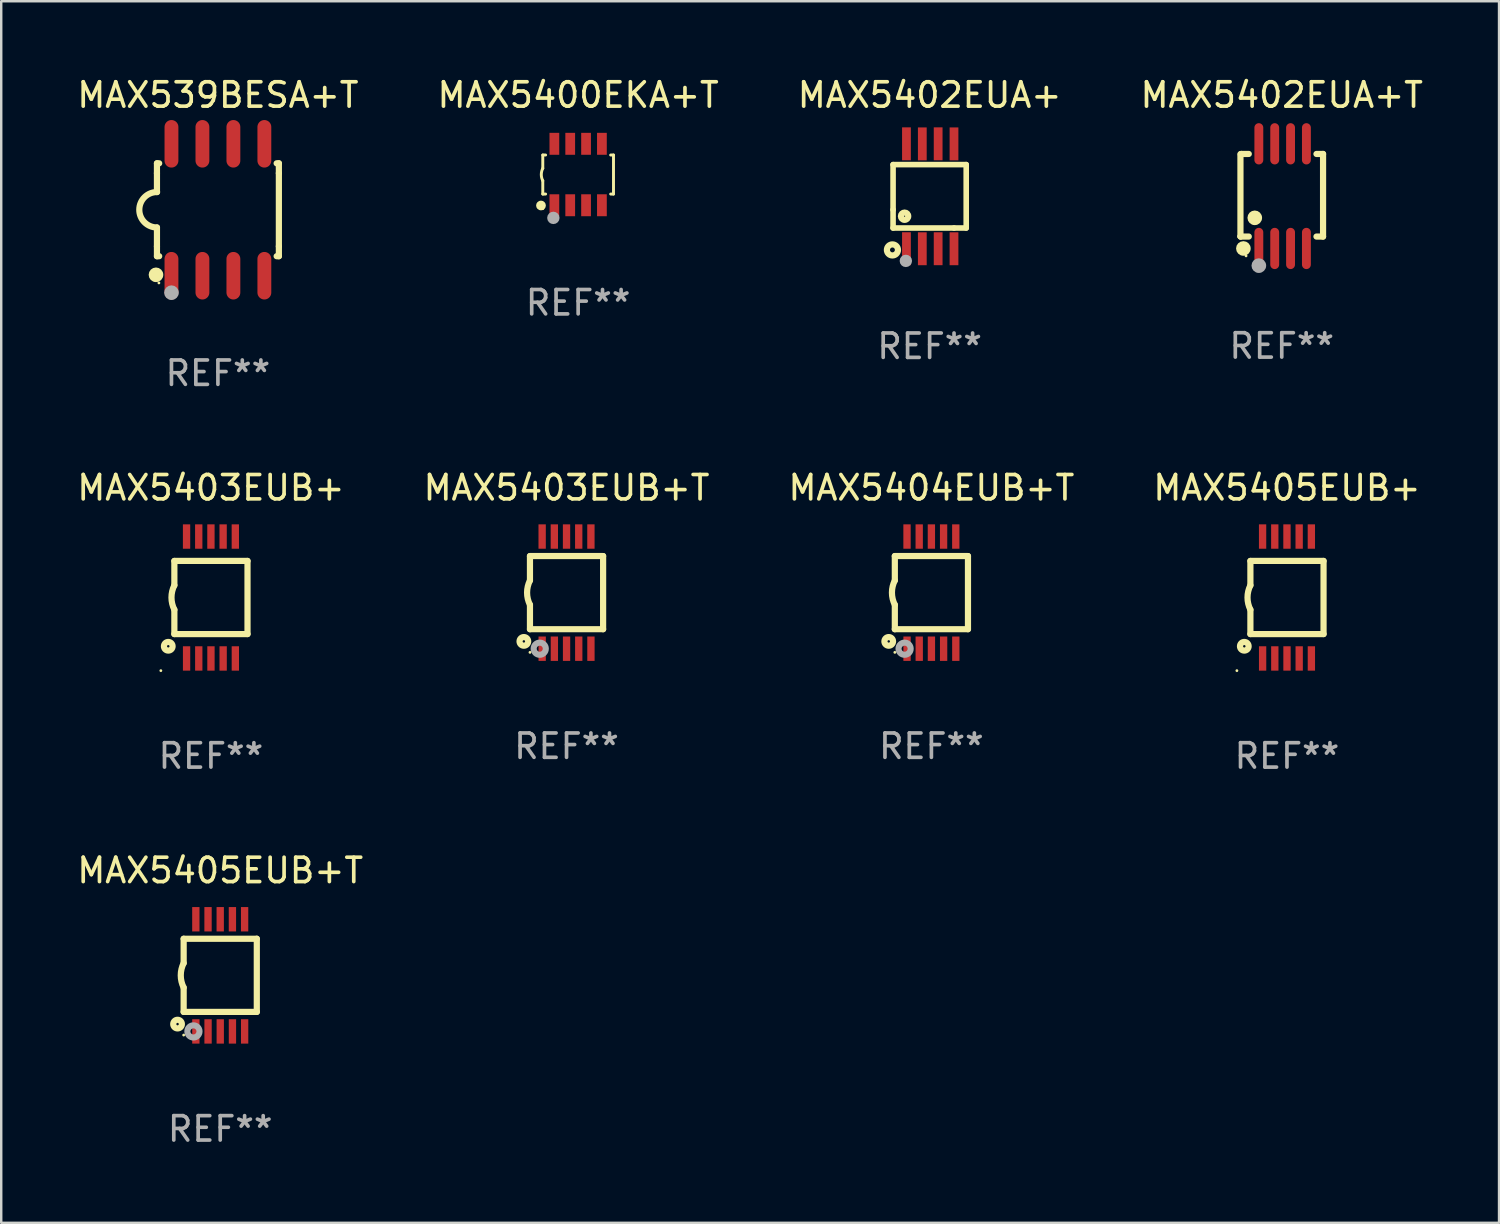
<source format=kicad_pcb>
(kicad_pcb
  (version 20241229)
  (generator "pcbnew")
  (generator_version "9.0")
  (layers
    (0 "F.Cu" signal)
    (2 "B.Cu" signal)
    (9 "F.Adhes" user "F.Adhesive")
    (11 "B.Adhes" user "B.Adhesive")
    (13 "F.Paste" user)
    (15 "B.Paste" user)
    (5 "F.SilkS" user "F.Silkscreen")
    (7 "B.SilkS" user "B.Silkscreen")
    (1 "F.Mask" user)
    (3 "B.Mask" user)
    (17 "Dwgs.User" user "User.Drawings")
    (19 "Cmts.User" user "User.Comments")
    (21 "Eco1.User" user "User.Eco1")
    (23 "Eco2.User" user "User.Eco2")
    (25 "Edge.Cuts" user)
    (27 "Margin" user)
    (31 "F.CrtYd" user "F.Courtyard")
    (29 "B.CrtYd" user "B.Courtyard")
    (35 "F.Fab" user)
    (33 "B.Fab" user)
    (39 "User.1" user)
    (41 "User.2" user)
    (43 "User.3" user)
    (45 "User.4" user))
  (footprint "MAX5405EUB+T"
    (layer "F.Cu")
    (at 5.982 36.951)
    (property "Reference" "MAX5405EUB+T" (at 0 -4.3 0) (layer "F.SilkS") (effects (font (size 1 1) (thickness 0.15))))
    (attr through_hole)
    (fp_line (start -1.5 -1.5) (end -1.5 -0.5) (stroke (width 0.254) (type solid)) (layer "F.SilkS"))
    (fp_line (start -1.5 1.5) (end -1.5 0.5) (stroke (width 0.254) (type solid)) (layer "F.SilkS"))
    (fp_line (start -1.5 1.5) (end 1.5 1.5) (stroke (width 0.254) (type solid)) (layer "F.SilkS"))
    (fp_line (start 1.5 1.5) (end 1.5 -1.5) (stroke (width 0.254) (type solid)) (layer "F.SilkS"))
    (fp_line (start 1.5 -1.5) (end -1.5 -1.5) (stroke (width 0.254) (type solid)) (layer "F.SilkS"))
    (fp_arc (start -1.500165 0.5) (mid -1.618199 0) (end -1.500165 -0.5) (stroke (width 0.254001) (type solid)) (layer "F.SilkS"))
    (fp_circle (center -1.75 2) (end -1.573 2) (stroke (width 0.254) (type solid)) (fill no) (layer "F.SilkS"))
    (fp_circle (center -1.499 2.45) (end -1.469 2.45) (stroke (width 0.06) (type solid)) (fill no) (layer "F.SilkS"))
    (fp_circle (center -1.099 2.3) (end -0.975 2.3) (stroke (width 0.25) (type solid)) (fill no) (layer "F.Fab"))
    (fp_text user "REF**" (at 0 6.3 0) (layer "F.Fab") (effects (font (size 1 1) (thickness 0.15))))
    (pad "1" smd rect (at -0.999 2.3 180) (size 0.3 1) (layers "F.Cu" "F.Mask" "F.Paste"))
    (pad "2" smd rect (at -0.499 2.3 180) (size 0.3 1) (layers "F.Cu" "F.Mask" "F.Paste"))
    (pad "3" smd rect (at 0.001 2.3 180) (size 0.3 1) (layers "F.Cu" "F.Mask" "F.Paste"))
    (pad "4" smd rect (at 0.501 2.3 180) (size 0.3 1) (layers "F.Cu" "F.Mask" "F.Paste"))
    (pad "5" smd rect (at 1.001 2.3 180) (size 0.3 1) (layers "F.Cu" "F.Mask" "F.Paste"))
    (pad "6" smd rect (at 1 -2.3 180) (size 0.3 1) (layers "F.Cu" "F.Mask" "F.Paste"))
    (pad "7" smd rect (at 0.5 -2.3 180) (size 0.3 1) (layers "F.Cu" "F.Mask" "F.Paste"))
    (pad "8" smd rect (at -0.000165 -2.3 180) (size 0.3 1) (layers "F.Cu" "F.Mask" "F.Paste"))
    (pad "9" smd rect (at -0.5 -2.3 180) (size 0.3 1) (layers "F.Cu" "F.Mask" "F.Paste"))
    (pad "10" smd rect (at -1 -2.3 180) (size 0.3 1) (layers "F.Cu" "F.Mask" "F.Paste")))
  (footprint "MAX5403EUB+"
    (layer "F.Cu")
    (at 5.601 21.455)
    (property "Reference" "MAX5403EUB+" (at 0 -4.5 0) (layer "F.SilkS") (effects (font (size 1 1) (thickness 0.15))))
    (attr through_hole)
    (fp_line (start -1.5 -1.5) (end -1.5 -0.5) (stroke (width 0.254) (type solid)) (layer "F.SilkS"))
    (fp_line (start -1.5 1.5) (end -1.5 0.5) (stroke (width 0.254) (type solid)) (layer "F.SilkS"))
    (fp_line (start -1.5 1.5) (end 1.5 1.5) (stroke (width 0.254) (type solid)) (layer "F.SilkS"))
    (fp_line (start 1.5 1.5) (end 1.5 -1.5) (stroke (width 0.254) (type solid)) (layer "F.SilkS"))
    (fp_line (start 1.5 -1.5) (end -1.5 -1.5) (stroke (width 0.254) (type solid)) (layer "F.SilkS"))
    (fp_arc (start -1.500165 0.499873) (mid -1.618199 -0.000127) (end -1.500165 -0.500127) (stroke (width 0.254001) (type solid)) (layer "F.SilkS"))
    (fp_circle (center -2.054 3) (end -2.024 3) (stroke (width 0.06) (type solid)) (fill no) (layer "F.SilkS"))
    (fp_circle (center -1.75 2) (end -1.573 2) (stroke (width 0.254) (type solid)) (fill no) (layer "F.SilkS"))
    (fp_text user "REF**" (at 0 6.5 0) (layer "F.Fab") (effects (font (size 1 1) (thickness 0.15))))
    (pad "1" smd rect (at -0.999 2.5 180) (size 0.3 1) (layers "F.Cu" "F.Mask" "F.Paste"))
    (pad "2" smd rect (at -0.499 2.5 180) (size 0.3 1) (layers "F.Cu" "F.Mask" "F.Paste"))
    (pad "3" smd rect (at 0.001 2.5 180) (size 0.3 1) (layers "F.Cu" "F.Mask" "F.Paste"))
    (pad "4" smd rect (at 0.501 2.5 180) (size 0.3 1) (layers "F.Cu" "F.Mask" "F.Paste"))
    (pad "5" smd rect (at 1.001 2.5 180) (size 0.3 1) (layers "F.Cu" "F.Mask" "F.Paste"))
    (pad "6" smd rect (at 1 -2.5 180) (size 0.3 1) (layers "F.Cu" "F.Mask" "F.Paste"))
    (pad "7" smd rect (at 0.5 -2.5 180) (size 0.3 1) (layers "F.Cu" "F.Mask" "F.Paste"))
    (pad "8" smd rect (at -0.000165 -2.5 180) (size 0.3 1) (layers "F.Cu" "F.Mask" "F.Paste"))
    (pad "9" smd rect (at -0.5 -2.5 180) (size 0.3 1) (layers "F.Cu" "F.Mask" "F.Paste"))
    (pad "10" smd rect (at -1 -2.5 180) (size 0.3 1) (layers "F.Cu" "F.Mask" "F.Paste")))
  (footprint "MAX5400EKA+T"
    (layer "F.Cu")
    (at 20.661 4.108)
    (property "Reference" "MAX5400EKA+T" (at 0 -3.26 0) (layer "F.SilkS") (effects (font (size 1 1) (thickness 0.15))))
    (attr through_hole)
    (fp_line (start -1.45 -0.8) (end -1.45 -0.254) (stroke (width 0.12) (type solid)) (layer "F.SilkS"))
    (fp_line (start -1.45 -0.8) (end -1.334 -0.8) (stroke (width 0.12) (type solid)) (layer "F.SilkS"))
    (fp_line (start -1.45 0.8) (end -1.45 0.254) (stroke (width 0.12) (type solid)) (layer "F.SilkS"))
    (fp_line (start -1.45 0.8) (end -1.334 0.8) (stroke (width 0.12) (type solid)) (layer "F.SilkS"))
    (fp_line (start 1.334 -0.8) (end 1.45 -0.8) (stroke (width 0.12) (type solid)) (layer "F.SilkS"))
    (fp_line (start 1.334 0.8) (end 1.45 0.8) (stroke (width 0.12) (type solid)) (layer "F.SilkS"))
    (fp_line (start 1.45 0.8) (end 1.45 -0.8) (stroke (width 0.12) (type solid)) (layer "F.SilkS"))
    (fp_arc (start -1.45075 0.255144) (mid -1.510605 0.000434) (end -1.450013 -0.254102) (stroke (width 0.11999) (type solid)) (layer "F.SilkS"))
    (fp_circle (center -1.524 1.27) (end -1.424 1.27) (stroke (width 0.2) (type solid)) (fill no) (layer "F.SilkS"))
    (fp_circle (center -1.45 1.4) (end -1.42 1.4) (stroke (width 0.06) (type solid)) (fill no) (layer "F.SilkS"))
    (fp_circle (center -1.016 1.778) (end -0.889 1.778) (stroke (width 0.254) (type solid)) (fill no) (layer "F.Fab"))
    (fp_text user "REF**" (at 0 5.26 0) (layer "F.Fab") (effects (font (size 1 1) (thickness 0.15))))
    (pad "1" smd rect (at -0.975 1.26) (size 0.4 0.9) (layers "F.Cu" "F.Mask" "F.Paste"))
    (pad "2" smd rect (at -0.325 1.26) (size 0.4 0.9) (layers "F.Cu" "F.Mask" "F.Paste"))
    (pad "3" smd rect (at 0.325 1.26) (size 0.4 0.9) (layers "F.Cu" "F.Mask" "F.Paste"))
    (pad "4" smd rect (at 0.975 1.26) (size 0.4 0.9) (layers "F.Cu" "F.Mask" "F.Paste"))
    (pad "5" smd rect (at 0.975 -1.26) (size 0.4 0.9) (layers "F.Cu" "F.Mask" "F.Paste"))
    (pad "6" smd rect (at 0.325 -1.26) (size 0.4 0.9) (layers "F.Cu" "F.Mask" "F.Paste"))
    (pad "7" smd rect (at -0.325 -1.26) (size 0.4 0.9) (layers "F.Cu" "F.Mask" "F.Paste"))
    (pad "8" smd rect (at -0.975 -1.26) (size 0.4 0.9) (layers "F.Cu" "F.Mask" "F.Paste")))
  (footprint "MAX539BESA+T"
    (layer "F.Cu")
    (at 5.887 5.553)
    (property "Reference" "MAX539BESA+T" (at 0 -4.705 0) (layer "F.SilkS") (effects (font (size 1 1) (thickness 0.15))))
    (attr through_hole)
    (fp_line (start -2.5 -1.905) (end -2.409 -1.905) (stroke (width 0.254) (type solid)) (layer "F.SilkS"))
    (fp_line (start -2.5 -1.5) (end -2.5 -1.905) (stroke (width 0.254) (type solid)) (layer "F.SilkS"))
    (fp_line (start -2.5 -1.5) (end -2.5 -0.726) (stroke (width 0.254) (type solid)) (layer "F.SilkS"))
    (fp_line (start -2.5 1.5) (end -2.5 0.727) (stroke (width 0.254) (type solid)) (layer "F.SilkS"))
    (fp_line (start -2.5 1.5) (end -2.5 1.905) (stroke (width 0.254) (type solid)) (layer "F.SilkS"))
    (fp_line (start -2.5 1.905) (end -2.409 1.905) (stroke (width 0.254) (type solid)) (layer "F.SilkS"))
    (fp_line (start 2.5 -1.905) (end 2.409 -1.905) (stroke (width 0.254) (type solid)) (layer "F.SilkS"))
    (fp_line (start 2.5 -1.5) (end 2.5 -1.905) (stroke (width 0.254) (type solid)) (layer "F.SilkS"))
    (fp_line (start 2.5 -1.5) (end 2.5 1.5) (stroke (width 0.254) (type solid)) (layer "F.SilkS"))
    (fp_line (start 2.5 1.5) (end 2.5 1.905) (stroke (width 0.254) (type solid)) (layer "F.SilkS"))
    (fp_line (start 2.5 1.905) (end 2.409 1.905) (stroke (width 0.254) (type solid)) (layer "F.SilkS"))
    (fp_arc (start -2.5 0.726568) (mid -3.220316 -0.0023) (end -2.495097 -0.726289) (stroke (width 0.254001) (type solid)) (layer "F.SilkS"))
    (fp_circle (center -2.54 2.667) (end -2.39 2.667) (stroke (width 0.3) (type solid)) (fill no) (layer "F.SilkS"))
    (fp_circle (center -2.42 3) (end -2.39 3) (stroke (width 0.06) (type solid)) (fill no) (layer "F.SilkS"))
    (fp_circle (center -1.905 3.4) (end -1.755 3.4) (stroke (width 0.3) (type solid)) (fill no) (layer "F.Fab"))
    (fp_text user "REF**" (at 0 6.705 0) (layer "F.Fab") (effects (font (size 1 1) (thickness 0.15))))
    (pad "1" smd oval (at -1.905 2.705) (size 0.568 1.95) (layers "F.Cu" "F.Mask" "F.Paste"))
    (pad "2" smd oval (at -0.635 2.705) (size 0.568 1.95) (layers "F.Cu" "F.Mask" "F.Paste"))
    (pad "3" smd oval (at 0.635 2.705) (size 0.568 1.95) (layers "F.Cu" "F.Mask" "F.Paste"))
    (pad "4" smd oval (at 1.905 2.705) (size 0.568 1.95) (layers "F.Cu" "F.Mask" "F.Paste"))
    (pad "5" smd oval (at 1.905 -2.705) (size 0.568 1.95) (layers "F.Cu" "F.Mask" "F.Paste"))
    (pad "6" smd oval (at 0.635 -2.705) (size 0.568 1.95) (layers "F.Cu" "F.Mask" "F.Paste"))
    (pad "7" smd oval (at -0.635 -2.705) (size 0.568 1.95) (layers "F.Cu" "F.Mask" "F.Paste"))
    (pad "8" smd oval (at -1.905 -2.705) (size 0.568 1.95) (layers "F.Cu" "F.Mask" "F.Paste")))
  (footprint "MAX5402EUA+T"
    (layer "F.Cu")
    (at 49.518 4.994)
    (property "Reference" "MAX5402EUA+T" (at 0 -4.146 0) (layer "F.SilkS") (effects (font (size 1 1) (thickness 0.15))))
    (attr through_hole)
    (fp_line (start -1.694 -1.724) (end -1.694 1.652) (stroke (width 0.254) (type solid)) (layer "F.SilkS"))
    (fp_line (start -1.694 1.652) (end -1.688 1.658) (stroke (width 0.254) (type solid)) (layer "F.SilkS"))
    (fp_line (start -1.688 1.658) (end -1.353 1.658) (stroke (width 0.254) (type solid)) (layer "F.SilkS"))
    (fp_line (start -1.661 -1.73) (end -1.681 -1.71) (stroke (width 0.254) (type solid)) (layer "F.SilkS"))
    (fp_line (start -1.353 -1.73) (end -1.661 -1.73) (stroke (width 0.254) (type solid)) (layer "F.SilkS"))
    (fp_line (start 1.424 1.658) (end 1.694 1.658) (stroke (width 0.254) (type solid)) (layer "F.SilkS"))
    (fp_line (start 1.694 -1.73) (end 1.424 -1.73) (stroke (width 0.254) (type solid)) (layer "F.SilkS"))
    (fp_line (start 1.694 1.658) (end 1.694 -1.73) (stroke (width 0.254) (type solid)) (layer "F.SilkS"))
    (fp_circle (center -1.574 2.146) (end -1.424 2.146) (stroke (width 0.3) (type solid)) (fill no) (layer "F.SilkS"))
    (fp_circle (center -1.464 2.45) (end -1.434 2.45) (stroke (width 0.06) (type solid)) (fill no) (layer "F.SilkS"))
    (fp_circle (center -1.107 0.889) (end -0.957 0.889) (stroke (width 0.3) (type solid)) (fill no) (layer "F.SilkS"))
    (fp_circle (center -0.94 2.85) (end -0.789 2.85) (stroke (width 0.3) (type solid)) (fill no) (layer "F.Fab"))
    (fp_text user "REF**" (at 0 6.146 0) (layer "F.Fab") (effects (font (size 1 1) (thickness 0.15))))
    (pad "1" smd oval (at -0.94 2.146) (size 0.364 1.692) (layers "F.Cu" "F.Mask" "F.Paste"))
    (pad "2" smd oval (at -0.289 2.146) (size 0.364 1.692) (layers "F.Cu" "F.Mask" "F.Paste"))
    (pad "3" smd oval (at 0.361 2.146) (size 0.364 1.692) (layers "F.Cu" "F.Mask" "F.Paste"))
    (pad "4" smd oval (at 1.011 2.146) (size 0.364 1.692) (layers "F.Cu" "F.Mask" "F.Paste"))
    (pad "5" smd oval (at 1.011 -2.146) (size 0.364 1.692) (layers "F.Cu" "F.Mask" "F.Paste"))
    (pad "6" smd oval (at 0.361 -2.146) (size 0.364 1.692) (layers "F.Cu" "F.Mask" "F.Paste"))
    (pad "7" smd oval (at -0.289 -2.146) (size 0.364 1.692) (layers "F.Cu" "F.Mask" "F.Paste"))
    (pad "8" smd oval (at -0.94 -2.146) (size 0.364 1.692) (layers "F.Cu" "F.Mask" "F.Paste")))
  (footprint "MAX5402EUA+"
    (layer "F.Cu")
    (at 35.077 5)
    (property "Reference" "MAX5402EUA+" (at 0 -4.152 0) (layer "F.SilkS") (effects (font (size 1 1) (thickness 0.15))))
    (attr through_hole)
    (fp_line (start -1.5 1.301) (end 1 1.301) (stroke (width 0.229) (type solid)) (layer "F.SilkS"))
    (fp_line (start -1.5 -1.299) (end -1.5 0.551) (stroke (width 0.229) (type solid)) (layer "F.SilkS"))
    (fp_line (start -1.5 0.551) (end -1.5 1.301) (stroke (width 0.229) (type solid)) (layer "F.SilkS"))
    (fp_line (start 1 1.301) (end 1.5 1.301) (stroke (width 0.229) (type solid)) (layer "F.SilkS"))
    (fp_line (start 1.5 1.301) (end 1.5 -1.299) (stroke (width 0.229) (type solid)) (layer "F.SilkS"))
    (fp_line (start 1.5 -1.299) (end -1.5 -1.299) (stroke (width 0.229) (type solid)) (layer "F.SilkS"))
    (fp_circle (center -1.526 2.2) (end -1.426 2.2) (stroke (width 0.254) (type solid)) (fill no) (layer "F.SilkS"))
    (fp_circle (center -1.476 2.45) (end -1.446 2.45) (stroke (width 0.06) (type solid)) (fill no) (layer "F.SilkS"))
    (fp_circle (center -1.028 0.817) (end -0.878 0.817) (stroke (width 0.254) (type solid)) (fill no) (layer "F.SilkS"))
    (fp_circle (center -0.976 2.65) (end -0.849 2.65) (stroke (width 0.254) (type solid)) (fill no) (layer "F.Fab"))
    (fp_text user "REF**" (at 0 6.152 0) (layer "F.Fab") (effects (font (size 1 1) (thickness 0.15))))
    (pad "1" smd rect (at -0.951 2.15) (size 0.36 1.35) (layers "F.Cu" "F.Mask" "F.Paste"))
    (pad "2" smd rect (at -0.301 2.152) (size 0.36 1.35) (layers "F.Cu" "F.Mask" "F.Paste"))
    (pad "3" smd rect (at 0.349 2.151) (size 0.36 1.35) (layers "F.Cu" "F.Mask" "F.Paste"))
    (pad "4" smd rect (at 0.999 2.152) (size 0.36 1.35) (layers "F.Cu" "F.Mask" "F.Paste"))
    (pad "5" smd rect (at 0.999 -2.149) (size 0.36 1.35) (layers "F.Cu" "F.Mask" "F.Paste"))
    (pad "6" smd rect (at 0.349 -2.152) (size 0.36 1.35) (layers "F.Cu" "F.Mask" "F.Paste"))
    (pad "7" smd rect (at -0.301 -2.149) (size 0.36 1.35) (layers "F.Cu" "F.Mask" "F.Paste"))
    (pad "8" smd rect (at -0.951 -2.152) (size 0.36 1.35) (layers "F.Cu" "F.Mask" "F.Paste")))
  (footprint "MAX5404EUB+T"
    (layer "F.Cu")
    (at 35.149 21.255)
    (property "Reference" "MAX5404EUB+T" (at 0 -4.3 0) (layer "F.SilkS") (effects (font (size 1 1) (thickness 0.15))))
    (attr through_hole)
    (fp_line (start -1.5 -1.5) (end -1.5 -0.5) (stroke (width 0.254) (type solid)) (layer "F.SilkS"))
    (fp_line (start -1.5 1.5) (end -1.5 0.5) (stroke (width 0.254) (type solid)) (layer "F.SilkS"))
    (fp_line (start -1.5 1.5) (end 1.5 1.5) (stroke (width 0.254) (type solid)) (layer "F.SilkS"))
    (fp_line (start 1.5 1.5) (end 1.5 -1.5) (stroke (width 0.254) (type solid)) (layer "F.SilkS"))
    (fp_line (start 1.5 -1.5) (end -1.5 -1.5) (stroke (width 0.254) (type solid)) (layer "F.SilkS"))
    (fp_arc (start -1.500165 0.5) (mid -1.618199 0) (end -1.500165 -0.5) (stroke (width 0.254001) (type solid)) (layer "F.SilkS"))
    (fp_circle (center -1.75 2) (end -1.573 2) (stroke (width 0.254) (type solid)) (fill no) (layer "F.SilkS"))
    (fp_circle (center -1.499 2.45) (end -1.469 2.45) (stroke (width 0.06) (type solid)) (fill no) (layer "F.SilkS"))
    (fp_circle (center -1.099 2.3) (end -0.975 2.3) (stroke (width 0.25) (type solid)) (fill no) (layer "F.Fab"))
    (fp_text user "REF**" (at 0 6.3 0) (layer "F.Fab") (effects (font (size 1 1) (thickness 0.15))))
    (pad "1" smd rect (at -0.999 2.3 180) (size 0.3 1) (layers "F.Cu" "F.Mask" "F.Paste"))
    (pad "2" smd rect (at -0.499 2.3 180) (size 0.3 1) (layers "F.Cu" "F.Mask" "F.Paste"))
    (pad "3" smd rect (at 0.001 2.3 180) (size 0.3 1) (layers "F.Cu" "F.Mask" "F.Paste"))
    (pad "4" smd rect (at 0.501 2.3 180) (size 0.3 1) (layers "F.Cu" "F.Mask" "F.Paste"))
    (pad "5" smd rect (at 1.001 2.3 180) (size 0.3 1) (layers "F.Cu" "F.Mask" "F.Paste"))
    (pad "6" smd rect (at 1 -2.3 180) (size 0.3 1) (layers "F.Cu" "F.Mask" "F.Paste"))
    (pad "7" smd rect (at 0.5 -2.3 180) (size 0.3 1) (layers "F.Cu" "F.Mask" "F.Paste"))
    (pad "8" smd rect (at -0.000165 -2.3 180) (size 0.3 1) (layers "F.Cu" "F.Mask" "F.Paste"))
    (pad "9" smd rect (at -0.5 -2.3 180) (size 0.3 1) (layers "F.Cu" "F.Mask" "F.Paste"))
    (pad "10" smd rect (at -1 -2.3 180) (size 0.3 1) (layers "F.Cu" "F.Mask" "F.Paste")))
  (footprint "MAX5405EUB+"
    (layer "F.Cu")
    (at 49.732 21.455)
    (property "Reference" "MAX5405EUB+" (at 0 -4.5 0) (layer "F.SilkS") (effects (font (size 1 1) (thickness 0.15))))
    (attr through_hole)
    (fp_line (start -1.5 -1.5) (end -1.5 -0.5) (stroke (width 0.254) (type solid)) (layer "F.SilkS"))
    (fp_line (start -1.5 1.5) (end -1.5 0.5) (stroke (width 0.254) (type solid)) (layer "F.SilkS"))
    (fp_line (start -1.5 1.5) (end 1.5 1.5) (stroke (width 0.254) (type solid)) (layer "F.SilkS"))
    (fp_line (start 1.5 1.5) (end 1.5 -1.5) (stroke (width 0.254) (type solid)) (layer "F.SilkS"))
    (fp_line (start 1.5 -1.5) (end -1.5 -1.5) (stroke (width 0.254) (type solid)) (layer "F.SilkS"))
    (fp_arc (start -1.500165 0.499873) (mid -1.618199 -0.000127) (end -1.500165 -0.500127) (stroke (width 0.254001) (type solid)) (layer "F.SilkS"))
    (fp_circle (center -2.054 3) (end -2.024 3) (stroke (width 0.06) (type solid)) (fill no) (layer "F.SilkS"))
    (fp_circle (center -1.75 2) (end -1.573 2) (stroke (width 0.254) (type solid)) (fill no) (layer "F.SilkS"))
    (fp_text user "REF**" (at 0 6.5 0) (layer "F.Fab") (effects (font (size 1 1) (thickness 0.15))))
    (pad "1" smd rect (at -0.999 2.5 180) (size 0.3 1) (layers "F.Cu" "F.Mask" "F.Paste"))
    (pad "2" smd rect (at -0.499 2.5 180) (size 0.3 1) (layers "F.Cu" "F.Mask" "F.Paste"))
    (pad "3" smd rect (at 0.001 2.5 180) (size 0.3 1) (layers "F.Cu" "F.Mask" "F.Paste"))
    (pad "4" smd rect (at 0.501 2.5 180) (size 0.3 1) (layers "F.Cu" "F.Mask" "F.Paste"))
    (pad "5" smd rect (at 1.001 2.5 180) (size 0.3 1) (layers "F.Cu" "F.Mask" "F.Paste"))
    (pad "6" smd rect (at 1 -2.5 180) (size 0.3 1) (layers "F.Cu" "F.Mask" "F.Paste"))
    (pad "7" smd rect (at 0.5 -2.5 180) (size 0.3 1) (layers "F.Cu" "F.Mask" "F.Paste"))
    (pad "8" smd rect (at -0.000165 -2.5 180) (size 0.3 1) (layers "F.Cu" "F.Mask" "F.Paste"))
    (pad "9" smd rect (at -0.5 -2.5 180) (size 0.3 1) (layers "F.Cu" "F.Mask" "F.Paste"))
    (pad "10" smd rect (at -1 -2.5 180) (size 0.3 1) (layers "F.Cu" "F.Mask" "F.Paste")))
  (footprint "MAX5403EUB+T"
    (layer "F.Cu")
    (at 20.185 21.255)
    (property "Reference" "MAX5403EUB+T" (at 0 -4.3 0) (layer "F.SilkS") (effects (font (size 1 1) (thickness 0.15))))
    (attr through_hole)
    (fp_line (start -1.5 -1.5) (end -1.5 -0.5) (stroke (width 0.254) (type solid)) (layer "F.SilkS"))
    (fp_line (start -1.5 1.5) (end -1.5 0.5) (stroke (width 0.254) (type solid)) (layer "F.SilkS"))
    (fp_line (start -1.5 1.5) (end 1.5 1.5) (stroke (width 0.254) (type solid)) (layer "F.SilkS"))
    (fp_line (start 1.5 1.5) (end 1.5 -1.5) (stroke (width 0.254) (type solid)) (layer "F.SilkS"))
    (fp_line (start 1.5 -1.5) (end -1.5 -1.5) (stroke (width 0.254) (type solid)) (layer "F.SilkS"))
    (fp_arc (start -1.500165 0.5) (mid -1.618199 0) (end -1.500165 -0.5) (stroke (width 0.254001) (type solid)) (layer "F.SilkS"))
    (fp_circle (center -1.75 2) (end -1.573 2) (stroke (width 0.254) (type solid)) (fill no) (layer "F.SilkS"))
    (fp_circle (center -1.499 2.45) (end -1.469 2.45) (stroke (width 0.06) (type solid)) (fill no) (layer "F.SilkS"))
    (fp_circle (center -1.099 2.3) (end -0.975 2.3) (stroke (width 0.25) (type solid)) (fill no) (layer "F.Fab"))
    (fp_text user "REF**" (at 0 6.3 0) (layer "F.Fab") (effects (font (size 1 1) (thickness 0.15))))
    (pad "1" smd rect (at -0.999 2.3 180) (size 0.3 1) (layers "F.Cu" "F.Mask" "F.Paste"))
    (pad "2" smd rect (at -0.499 2.3 180) (size 0.3 1) (layers "F.Cu" "F.Mask" "F.Paste"))
    (pad "3" smd rect (at 0.001 2.3 180) (size 0.3 1) (layers "F.Cu" "F.Mask" "F.Paste"))
    (pad "4" smd rect (at 0.501 2.3 180) (size 0.3 1) (layers "F.Cu" "F.Mask" "F.Paste"))
    (pad "5" smd rect (at 1.001 2.3 180) (size 0.3 1) (layers "F.Cu" "F.Mask" "F.Paste"))
    (pad "6" smd rect (at 1 -2.3 180) (size 0.3 1) (layers "F.Cu" "F.Mask" "F.Paste"))
    (pad "7" smd rect (at 0.5 -2.3 180) (size 0.3 1) (layers "F.Cu" "F.Mask" "F.Paste"))
    (pad "8" smd rect (at -0.000165 -2.3 180) (size 0.3 1) (layers "F.Cu" "F.Mask" "F.Paste"))
    (pad "9" smd rect (at -0.5 -2.3 180) (size 0.3 1) (layers "F.Cu" "F.Mask" "F.Paste"))
    (pad "10" smd rect (at -1 -2.3 180) (size 0.3 1) (layers "F.Cu" "F.Mask" "F.Paste")))
  (gr_rect
    (start -3 -3)
    (end 58.429 47.1)
    (stroke (width 0.1) (type default))
    (fill no)
    (layer "Edge.Cuts")))
</source>
